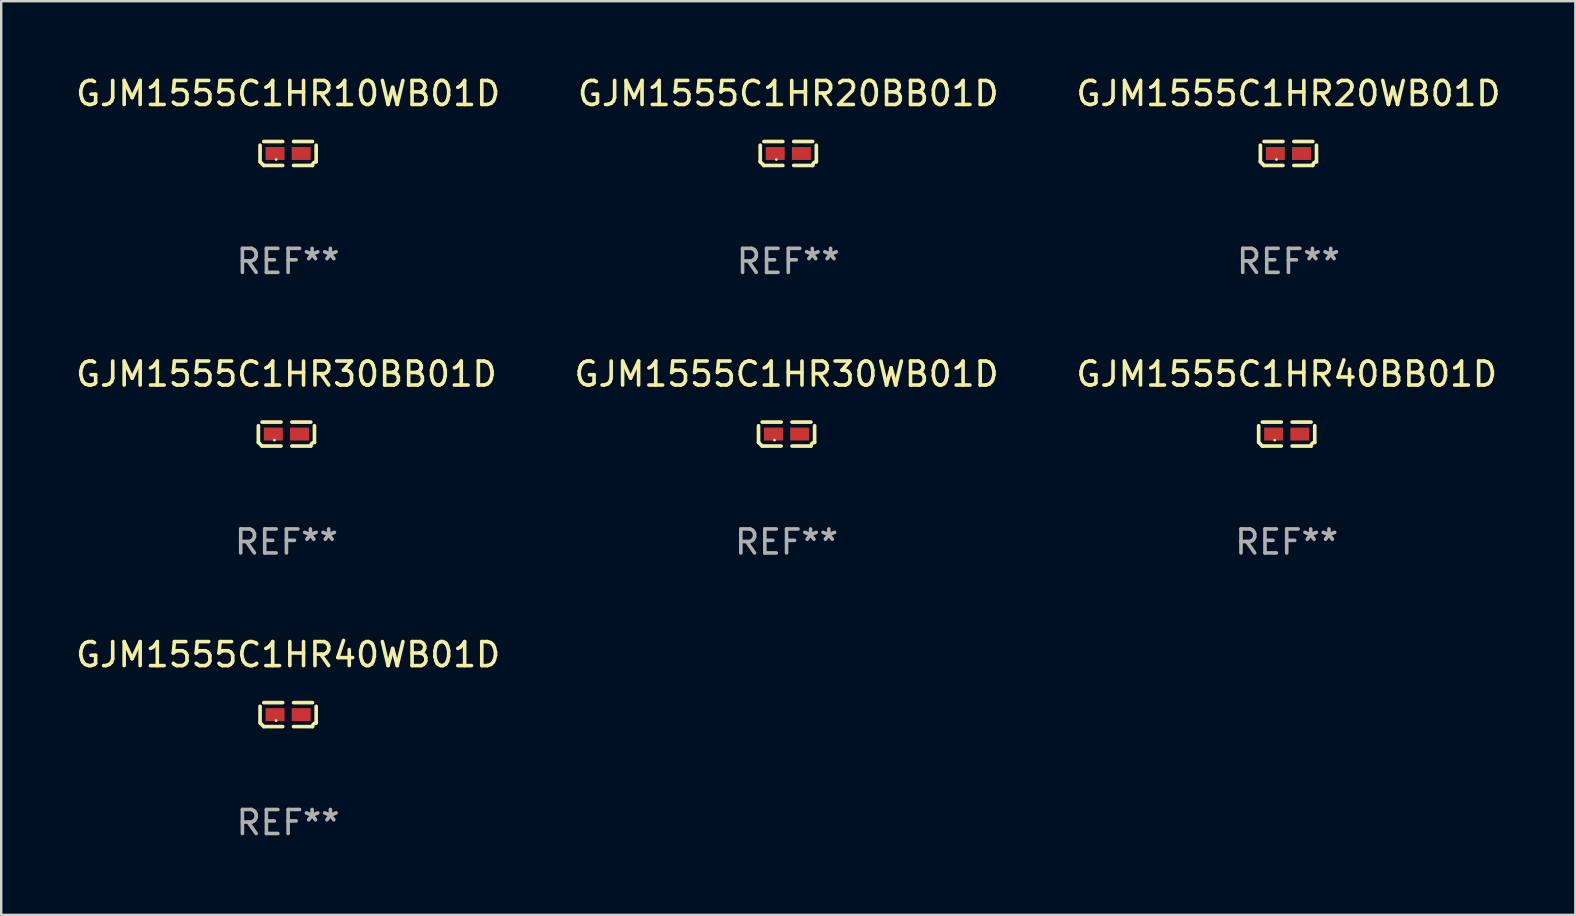
<source format=kicad_pcb>
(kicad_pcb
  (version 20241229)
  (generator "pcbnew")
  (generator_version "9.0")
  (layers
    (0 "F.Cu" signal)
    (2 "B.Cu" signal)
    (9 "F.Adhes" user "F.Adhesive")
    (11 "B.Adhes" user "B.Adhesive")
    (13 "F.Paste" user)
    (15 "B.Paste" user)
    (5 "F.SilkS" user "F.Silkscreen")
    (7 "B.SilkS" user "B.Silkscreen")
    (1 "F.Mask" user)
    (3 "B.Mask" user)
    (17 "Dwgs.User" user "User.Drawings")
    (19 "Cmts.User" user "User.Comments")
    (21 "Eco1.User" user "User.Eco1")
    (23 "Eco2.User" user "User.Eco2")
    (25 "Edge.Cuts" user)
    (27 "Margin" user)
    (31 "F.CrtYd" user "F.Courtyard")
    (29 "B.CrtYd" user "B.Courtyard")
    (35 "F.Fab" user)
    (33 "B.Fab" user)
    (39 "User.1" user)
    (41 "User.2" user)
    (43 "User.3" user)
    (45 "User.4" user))
  (footprint "GJM1555C1HR40WB01D"
    (layer "F.Cu")
    (at 8.958 26.734)
    (property "Reference" "GJM1555C1HR40WB01D" (at 0 -2.499 0) (layer "F.SilkS") (effects (font (size 1 1) (thickness 0.15))))
    (attr through_hole)
    (fp_line (start -1.169 0.346) (end -1.169 -0.346) (stroke (width 0.152) (type solid)) (layer "F.SilkS"))
    (fp_line (start -1.016 -0.499) (end -0.226 -0.499) (stroke (width 0.152) (type solid)) (layer "F.SilkS"))
    (fp_line (start -0.226 0.499) (end -1.016 0.499) (stroke (width 0.152) (type solid)) (layer "F.SilkS"))
    (fp_line (start 0.226 0.499) (end 1.016 0.499) (stroke (width 0.152) (type solid)) (layer "F.SilkS"))
    (fp_line (start 1.016 -0.499) (end 0.226 -0.499) (stroke (width 0.152) (type solid)) (layer "F.SilkS"))
    (fp_line (start 1.169 0.346) (end 1.169 -0.346) (stroke (width 0.152) (type solid)) (layer "F.SilkS"))
    (fp_arc (start -1.016307 0.498603) (mid -1.092512 0.422405) (end -1.16871 0.3462) (stroke (width 0.1524) (type solid)) (layer "F.SilkS"))
    (fp_arc (start 1.016307 0.498603) (mid 1.060899 0.390758) (end 1.168707 0.346076) (stroke (width 0.1524) (type solid)) (layer "F.SilkS"))
    (fp_circle (center -0.5 0.25) (end -0.47 0.25) (stroke (width 0.06) (type solid)) (fill no) (layer "F.SilkS"))
    (fp_text user "REF**" (at 0 4.499 0) (layer "F.Fab") (effects (font (size 1 1) (thickness 0.15))))
    (pad "1" smd rect (at -0.545 0) (size 0.79 0.54) (layers "F.Cu" "F.Mask" "F.Paste"))
    (pad "2" smd rect (at 0.545 0) (size 0.79 0.54) (layers "F.Cu" "F.Mask" "F.Paste")))
  (footprint "GJM1555C1HR10WB01D"
    (layer "F.Cu")
    (at 8.958 3.347)
    (property "Reference" "GJM1555C1HR10WB01D" (at 0 -2.499 0) (layer "F.SilkS") (effects (font (size 1 1) (thickness 0.15))))
    (attr through_hole)
    (fp_line (start -1.169 0.346) (end -1.169 -0.346) (stroke (width 0.152) (type solid)) (layer "F.SilkS"))
    (fp_line (start -1.016 -0.499) (end -0.226 -0.499) (stroke (width 0.152) (type solid)) (layer "F.SilkS"))
    (fp_line (start -0.226 0.499) (end -1.016 0.499) (stroke (width 0.152) (type solid)) (layer "F.SilkS"))
    (fp_line (start 0.226 0.499) (end 1.016 0.499) (stroke (width 0.152) (type solid)) (layer "F.SilkS"))
    (fp_line (start 1.016 -0.499) (end 0.226 -0.499) (stroke (width 0.152) (type solid)) (layer "F.SilkS"))
    (fp_line (start 1.169 0.346) (end 1.169 -0.346) (stroke (width 0.152) (type solid)) (layer "F.SilkS"))
    (fp_arc (start -1.016307 0.498603) (mid -1.092512 0.422405) (end -1.16871 0.3462) (stroke (width 0.1524) (type solid)) (layer "F.SilkS"))
    (fp_arc (start 1.016307 0.498603) (mid 1.060899 0.390758) (end 1.168707 0.346076) (stroke (width 0.1524) (type solid)) (layer "F.SilkS"))
    (fp_circle (center -0.5 0.25) (end -0.47 0.25) (stroke (width 0.06) (type solid)) (fill no) (layer "F.SilkS"))
    (fp_text user "REF**" (at 0 4.499 0) (layer "F.Fab") (effects (font (size 1 1) (thickness 0.15))))
    (pad "1" smd rect (at -0.545 0) (size 0.79 0.54) (layers "F.Cu" "F.Mask" "F.Paste"))
    (pad "2" smd rect (at 0.545 0) (size 0.79 0.54) (layers "F.Cu" "F.Mask" "F.Paste")))
  (footprint "GJM1555C1HR20BB01D"
    (layer "F.Cu")
    (at 29.804 3.347)
    (property "Reference" "GJM1555C1HR20BB01D" (at 0 -2.499 0) (layer "F.SilkS") (effects (font (size 1 1) (thickness 0.15))))
    (attr through_hole)
    (fp_line (start -1.169 0.346) (end -1.169 -0.346) (stroke (width 0.152) (type solid)) (layer "F.SilkS"))
    (fp_line (start -1.016 -0.499) (end -0.226 -0.499) (stroke (width 0.152) (type solid)) (layer "F.SilkS"))
    (fp_line (start -0.226 0.499) (end -1.016 0.499) (stroke (width 0.152) (type solid)) (layer "F.SilkS"))
    (fp_line (start 0.226 0.499) (end 1.016 0.499) (stroke (width 0.152) (type solid)) (layer "F.SilkS"))
    (fp_line (start 1.016 -0.499) (end 0.226 -0.499) (stroke (width 0.152) (type solid)) (layer "F.SilkS"))
    (fp_line (start 1.169 0.346) (end 1.169 -0.346) (stroke (width 0.152) (type solid)) (layer "F.SilkS"))
    (fp_arc (start -1.016307 0.498603) (mid -1.092512 0.422405) (end -1.16871 0.3462) (stroke (width 0.1524) (type solid)) (layer "F.SilkS"))
    (fp_arc (start 1.016307 0.498603) (mid 1.060899 0.390758) (end 1.168707 0.346076) (stroke (width 0.1524) (type solid)) (layer "F.SilkS"))
    (fp_circle (center -0.5 0.25) (end -0.47 0.25) (stroke (width 0.06) (type solid)) (fill no) (layer "F.SilkS"))
    (fp_text user "REF**" (at 0 4.499 0) (layer "F.Fab") (effects (font (size 1 1) (thickness 0.15))))
    (pad "1" smd rect (at -0.545 0) (size 0.79 0.54) (layers "F.Cu" "F.Mask" "F.Paste"))
    (pad "2" smd rect (at 0.545 0) (size 0.79 0.54) (layers "F.Cu" "F.Mask" "F.Paste")))
  (footprint "GJM1555C1HR30WB01D"
    (layer "F.Cu")
    (at 29.732 15.041)
    (property "Reference" "GJM1555C1HR30WB01D" (at 0 -2.499 0) (layer "F.SilkS") (effects (font (size 1 1) (thickness 0.15))))
    (attr through_hole)
    (fp_line (start -1.169 0.346) (end -1.169 -0.346) (stroke (width 0.152) (type solid)) (layer "F.SilkS"))
    (fp_line (start -1.016 -0.499) (end -0.226 -0.499) (stroke (width 0.152) (type solid)) (layer "F.SilkS"))
    (fp_line (start -0.226 0.499) (end -1.016 0.499) (stroke (width 0.152) (type solid)) (layer "F.SilkS"))
    (fp_line (start 0.226 0.499) (end 1.016 0.499) (stroke (width 0.152) (type solid)) (layer "F.SilkS"))
    (fp_line (start 1.016 -0.499) (end 0.226 -0.499) (stroke (width 0.152) (type solid)) (layer "F.SilkS"))
    (fp_line (start 1.169 0.346) (end 1.169 -0.346) (stroke (width 0.152) (type solid)) (layer "F.SilkS"))
    (fp_arc (start -1.016307 0.498603) (mid -1.092512 0.422405) (end -1.16871 0.3462) (stroke (width 0.1524) (type solid)) (layer "F.SilkS"))
    (fp_arc (start 1.016307 0.498603) (mid 1.060899 0.390758) (end 1.168707 0.346076) (stroke (width 0.1524) (type solid)) (layer "F.SilkS"))
    (fp_circle (center -0.5 0.25) (end -0.47 0.25) (stroke (width 0.06) (type solid)) (fill no) (layer "F.SilkS"))
    (fp_text user "REF**" (at 0 4.499 0) (layer "F.Fab") (effects (font (size 1 1) (thickness 0.15))))
    (pad "1" smd rect (at -0.545 0) (size 0.79 0.54) (layers "F.Cu" "F.Mask" "F.Paste"))
    (pad "2" smd rect (at 0.545 0) (size 0.79 0.54) (layers "F.Cu" "F.Mask" "F.Paste")))
  (footprint "GJM1555C1HR40BB01D"
    (layer "F.Cu")
    (at 50.577 15.041)
    (property "Reference" "GJM1555C1HR40BB01D" (at 0 -2.499 0) (layer "F.SilkS") (effects (font (size 1 1) (thickness 0.15))))
    (attr through_hole)
    (fp_line (start -1.169 0.346) (end -1.169 -0.346) (stroke (width 0.152) (type solid)) (layer "F.SilkS"))
    (fp_line (start -1.016 -0.499) (end -0.226 -0.499) (stroke (width 0.152) (type solid)) (layer "F.SilkS"))
    (fp_line (start -0.226 0.499) (end -1.016 0.499) (stroke (width 0.152) (type solid)) (layer "F.SilkS"))
    (fp_line (start 0.226 0.499) (end 1.016 0.499) (stroke (width 0.152) (type solid)) (layer "F.SilkS"))
    (fp_line (start 1.016 -0.499) (end 0.226 -0.499) (stroke (width 0.152) (type solid)) (layer "F.SilkS"))
    (fp_line (start 1.169 0.346) (end 1.169 -0.346) (stroke (width 0.152) (type solid)) (layer "F.SilkS"))
    (fp_arc (start -1.016307 0.498603) (mid -1.092512 0.422405) (end -1.16871 0.3462) (stroke (width 0.1524) (type solid)) (layer "F.SilkS"))
    (fp_arc (start 1.016307 0.498603) (mid 1.060899 0.390758) (end 1.168707 0.346076) (stroke (width 0.1524) (type solid)) (layer "F.SilkS"))
    (fp_circle (center -0.5 0.25) (end -0.47 0.25) (stroke (width 0.06) (type solid)) (fill no) (layer "F.SilkS"))
    (fp_text user "REF**" (at 0 4.499 0) (layer "F.Fab") (effects (font (size 1 1) (thickness 0.15))))
    (pad "1" smd rect (at -0.545 0) (size 0.79 0.54) (layers "F.Cu" "F.Mask" "F.Paste"))
    (pad "2" smd rect (at 0.545 0) (size 0.79 0.54) (layers "F.Cu" "F.Mask" "F.Paste")))
  (footprint "GJM1555C1HR30BB01D"
    (layer "F.Cu")
    (at 8.887 15.041)
    (property "Reference" "GJM1555C1HR30BB01D" (at 0 -2.499 0) (layer "F.SilkS") (effects (font (size 1 1) (thickness 0.15))))
    (attr through_hole)
    (fp_line (start -1.169 0.346) (end -1.169 -0.346) (stroke (width 0.152) (type solid)) (layer "F.SilkS"))
    (fp_line (start -1.016 -0.499) (end -0.226 -0.499) (stroke (width 0.152) (type solid)) (layer "F.SilkS"))
    (fp_line (start -0.226 0.499) (end -1.016 0.499) (stroke (width 0.152) (type solid)) (layer "F.SilkS"))
    (fp_line (start 0.226 0.499) (end 1.016 0.499) (stroke (width 0.152) (type solid)) (layer "F.SilkS"))
    (fp_line (start 1.016 -0.499) (end 0.226 -0.499) (stroke (width 0.152) (type solid)) (layer "F.SilkS"))
    (fp_line (start 1.169 0.346) (end 1.169 -0.346) (stroke (width 0.152) (type solid)) (layer "F.SilkS"))
    (fp_arc (start -1.016307 0.498603) (mid -1.092512 0.422405) (end -1.16871 0.3462) (stroke (width 0.1524) (type solid)) (layer "F.SilkS"))
    (fp_arc (start 1.016307 0.498603) (mid 1.060899 0.390758) (end 1.168707 0.346076) (stroke (width 0.1524) (type solid)) (layer "F.SilkS"))
    (fp_circle (center -0.5 0.25) (end -0.47 0.25) (stroke (width 0.06) (type solid)) (fill no) (layer "F.SilkS"))
    (fp_text user "REF**" (at 0 4.499 0) (layer "F.Fab") (effects (font (size 1 1) (thickness 0.15))))
    (pad "1" smd rect (at -0.545 0) (size 0.79 0.54) (layers "F.Cu" "F.Mask" "F.Paste"))
    (pad "2" smd rect (at 0.545 0) (size 0.79 0.54) (layers "F.Cu" "F.Mask" "F.Paste")))
  (footprint "GJM1555C1HR20WB01D"
    (layer "F.Cu")
    (at 50.649 3.347)
    (property "Reference" "GJM1555C1HR20WB01D" (at 0 -2.499 0) (layer "F.SilkS") (effects (font (size 1 1) (thickness 0.15))))
    (attr through_hole)
    (fp_line (start -1.169 0.346) (end -1.169 -0.346) (stroke (width 0.152) (type solid)) (layer "F.SilkS"))
    (fp_line (start -1.016 -0.499) (end -0.226 -0.499) (stroke (width 0.152) (type solid)) (layer "F.SilkS"))
    (fp_line (start -0.226 0.499) (end -1.016 0.499) (stroke (width 0.152) (type solid)) (layer "F.SilkS"))
    (fp_line (start 0.226 0.499) (end 1.016 0.499) (stroke (width 0.152) (type solid)) (layer "F.SilkS"))
    (fp_line (start 1.016 -0.499) (end 0.226 -0.499) (stroke (width 0.152) (type solid)) (layer "F.SilkS"))
    (fp_line (start 1.169 0.346) (end 1.169 -0.346) (stroke (width 0.152) (type solid)) (layer "F.SilkS"))
    (fp_arc (start -1.016307 0.498603) (mid -1.092512 0.422405) (end -1.16871 0.3462) (stroke (width 0.1524) (type solid)) (layer "F.SilkS"))
    (fp_arc (start 1.016307 0.498603) (mid 1.060899 0.390758) (end 1.168707 0.346076) (stroke (width 0.1524) (type solid)) (layer "F.SilkS"))
    (fp_circle (center -0.5 0.25) (end -0.47 0.25) (stroke (width 0.06) (type solid)) (fill no) (layer "F.SilkS"))
    (fp_text user "REF**" (at 0 4.499 0) (layer "F.Fab") (effects (font (size 1 1) (thickness 0.15))))
    (pad "1" smd rect (at -0.545 0) (size 0.79 0.54) (layers "F.Cu" "F.Mask" "F.Paste"))
    (pad "2" smd rect (at 0.545 0) (size 0.79 0.54) (layers "F.Cu" "F.Mask" "F.Paste")))
  (gr_rect
    (start -3 -3)
    (end 62.607 35.081)
    (stroke (width 0.1) (type default))
    (fill no)
    (layer "Edge.Cuts")))
</source>
